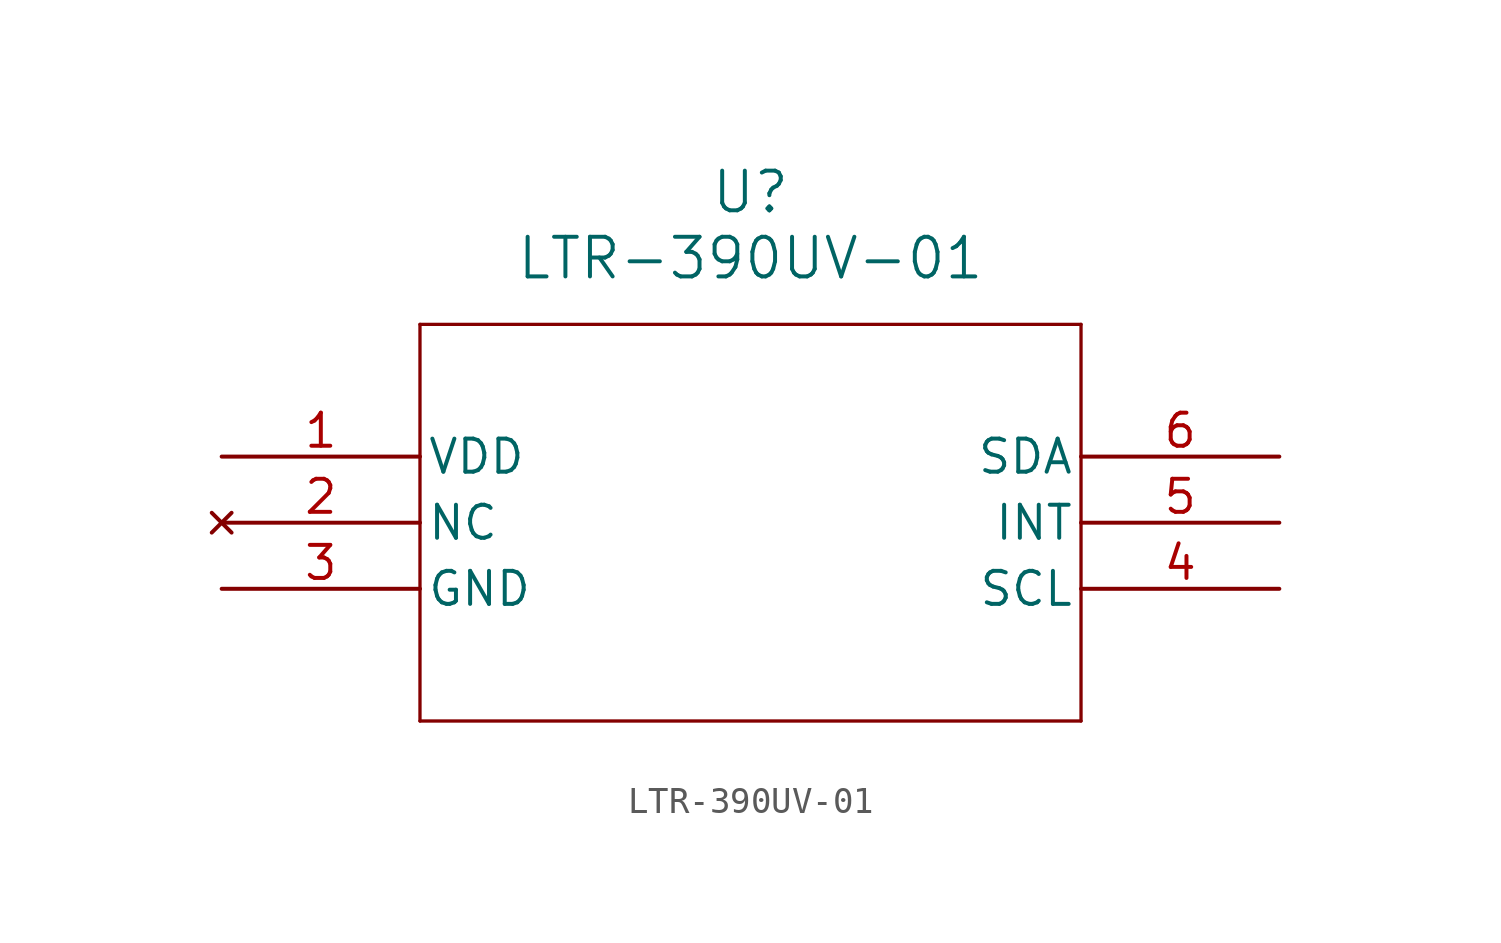
<source format=kicad_sym>
(kicad_symbol_lib
  (version 20211014)
  (generator kicad_symbol_editor)
  (symbol "LTR-390UV-01"
    (pin_names
      (offset 0.254))
    (property "Reference" "U"
      (at 20.32 10.16 0)
      (effects (font (size 1.524 1.524))))
    (property "Value" "LTR-390UV-01"
      (at 20.32 7.62 0)
      (effects (font (size 1.524 1.524))))
    (symbol "LTR-390UV-01_0_1"
      (polyline (pts (xy 7.62 5.08) (xy 7.62 -10.16)) (stroke (width 0.127) (type default) (color 0 0 0 0)) (fill (type none)))
      (polyline (pts (xy 7.62 -10.16) (xy 33.02 -10.16)) (stroke (width 0.127) (type default) (color 0 0 0 0)) (fill (type none)))
      (polyline (pts (xy 33.02 -10.16) (xy 33.02 5.08)) (stroke (width 0.127) (type default) (color 0 0 0 0)) (fill (type none)))
      (polyline (pts (xy 33.02 5.08) (xy 7.62 5.08)) (stroke (width 0.127) (type default) (color 0 0 0 0)) (fill (type none)))
      (pin power_in line (at 0 0 0) (length 7.62) (name "VDD" (effects (font (size 1.27 1.27)))) (number "1" (effects (font (size 1.27 1.27)))))
      (pin no_connect line (at 0 -2.54 0) (length 7.62) (name "NC" (effects (font (size 1.27 1.27)))) (number "2" (effects (font (size 1.27 1.27)))))
      (pin power_out line (at 0 -5.08 0) (length 7.62) (name "GND" (effects (font (size 1.27 1.27)))) (number "3" (effects (font (size 1.27 1.27)))))
      (pin input line (at 40.64 -5.08 180) (length 7.62) (name "SCL" (effects (font (size 1.27 1.27)))) (number "4" (effects (font (size 1.27 1.27)))))
      (pin output line (at 40.64 -2.54 180) (length 7.62) (name "INT" (effects (font (size 1.27 1.27)))) (number "5" (effects (font (size 1.27 1.27)))))
      (pin bidirectional line (at 40.64 0 180) (length 7.62) (name "SDA" (effects (font (size 1.27 1.27)))) (number "6" (effects (font (size 1.27 1.27))))))))
</source>
